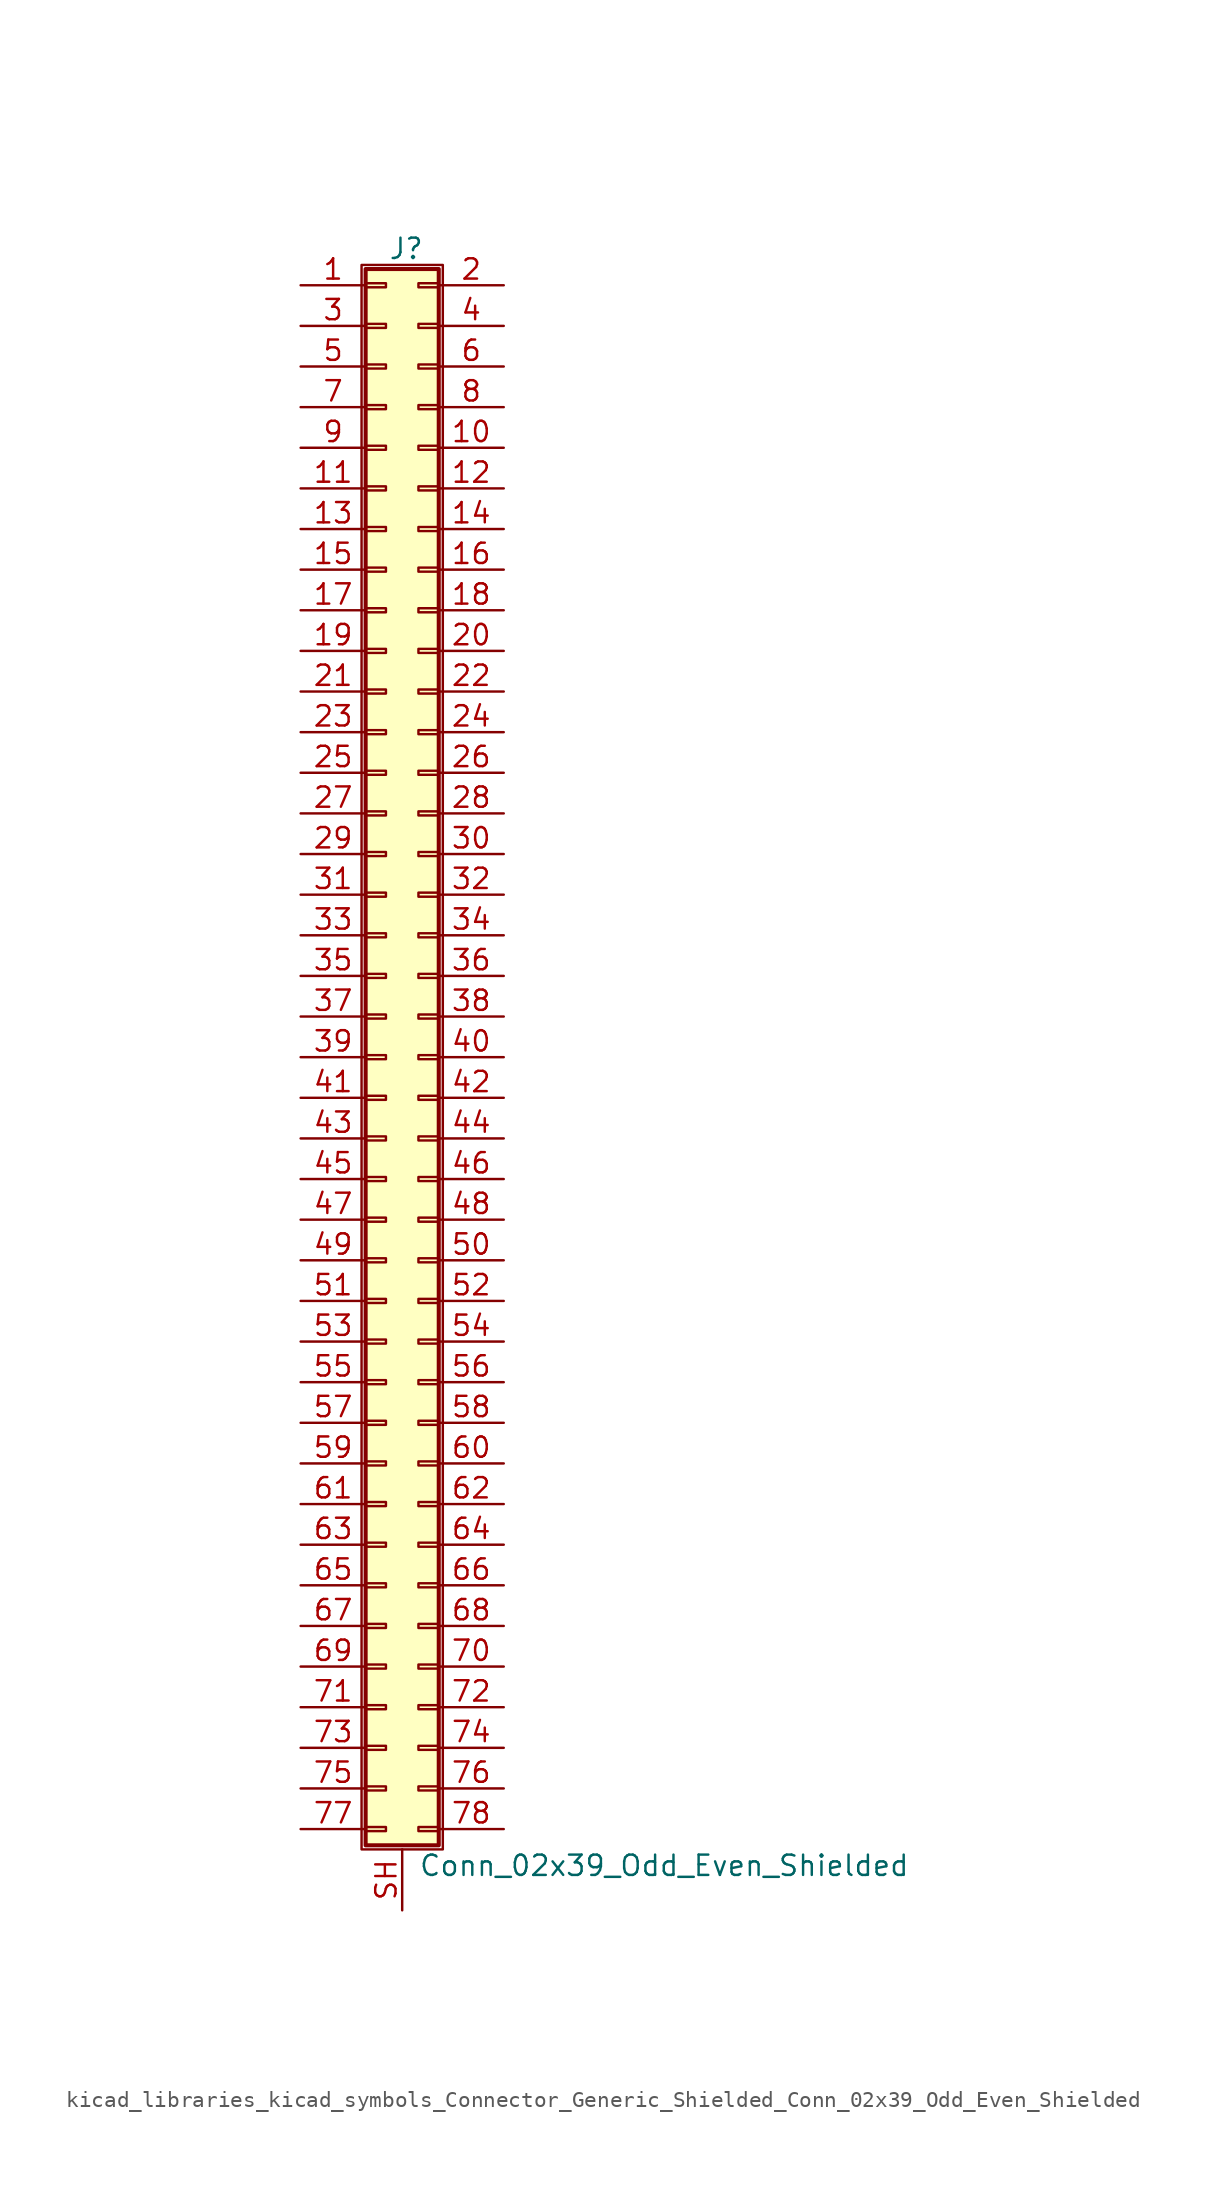
<source format=kicad_sym>
(kicad_symbol_lib
  (version 20220914)
  (generator kicad_symbol_editor)
  (symbol "kicad_libraries_kicad_symbols_Connector_Generic_Shielded_Conn_02x39_Odd_Even_Shielded"
    (pin_names
      (offset 1.016) hide)
    (property "Reference" "J"
      (at 1.524 50.546 0)
      (effects (font (size 1.27 1.27))))
    (property "Value" "Conn_02x39_Odd_Even_Shielded"
      (at 2.286 -50.546 0)
      (effects (font (size 1.27 1.27)) (justify left)))
    (symbol "kicad_libraries_kicad_symbols_Connector_Generic_Shielded_Conn_02x39_Odd_Even_Shielded_1_1"
      (rectangle (start -1.27 49.53) (end 3.81 -49.53) (stroke (width 0.152) (type default)) (fill (type none)))
      (rectangle (start -1.016 -48.133) (end 0.254 -48.387) (stroke (width 0.152) (type default)) (fill (type none)))
      (rectangle (start -1.016 -45.593) (end 0.254 -45.847) (stroke (width 0.152) (type default)) (fill (type none)))
      (rectangle (start -1.016 -43.053) (end 0.254 -43.307) (stroke (width 0.152) (type default)) (fill (type none)))
      (rectangle (start -1.016 -40.513) (end 0.254 -40.767) (stroke (width 0.152) (type default)) (fill (type none)))
      (rectangle (start -1.016 -37.973) (end 0.254 -38.227) (stroke (width 0.152) (type default)) (fill (type none)))
      (rectangle (start -1.016 -35.433) (end 0.254 -35.687) (stroke (width 0.152) (type default)) (fill (type none)))
      (rectangle (start -1.016 -32.893) (end 0.254 -33.147) (stroke (width 0.152) (type default)) (fill (type none)))
      (rectangle (start -1.016 -30.353) (end 0.254 -30.607) (stroke (width 0.152) (type default)) (fill (type none)))
      (rectangle (start -1.016 -27.813) (end 0.254 -28.067) (stroke (width 0.152) (type default)) (fill (type none)))
      (rectangle (start -1.016 -25.273) (end 0.254 -25.527) (stroke (width 0.152) (type default)) (fill (type none)))
      (rectangle (start -1.016 -22.733) (end 0.254 -22.987) (stroke (width 0.152) (type default)) (fill (type none)))
      (rectangle (start -1.016 -20.193) (end 0.254 -20.447) (stroke (width 0.152) (type default)) (fill (type none)))
      (rectangle (start -1.016 -17.653) (end 0.254 -17.907) (stroke (width 0.152) (type default)) (fill (type none)))
      (rectangle (start -1.016 -15.113) (end 0.254 -15.367) (stroke (width 0.152) (type default)) (fill (type none)))
      (rectangle (start -1.016 -12.573) (end 0.254 -12.827) (stroke (width 0.152) (type default)) (fill (type none)))
      (rectangle (start -1.016 -10.033) (end 0.254 -10.287) (stroke (width 0.152) (type default)) (fill (type none)))
      (rectangle (start -1.016 -7.493) (end 0.254 -7.747) (stroke (width 0.152) (type default)) (fill (type none)))
      (rectangle (start -1.016 -4.953) (end 0.254 -5.207) (stroke (width 0.152) (type default)) (fill (type none)))
      (rectangle (start -1.016 -2.413) (end 0.254 -2.667) (stroke (width 0.152) (type default)) (fill (type none)))
      (rectangle (start -1.016 0.127) (end 0.254 -0.127) (stroke (width 0.152) (type default)) (fill (type none)))
      (rectangle (start -1.016 2.667) (end 0.254 2.413) (stroke (width 0.152) (type default)) (fill (type none)))
      (rectangle (start -1.016 5.207) (end 0.254 4.953) (stroke (width 0.152) (type default)) (fill (type none)))
      (rectangle (start -1.016 7.747) (end 0.254 7.493) (stroke (width 0.152) (type default)) (fill (type none)))
      (rectangle (start -1.016 10.287) (end 0.254 10.033) (stroke (width 0.152) (type default)) (fill (type none)))
      (rectangle (start -1.016 12.827) (end 0.254 12.573) (stroke (width 0.152) (type default)) (fill (type none)))
      (rectangle (start -1.016 15.367) (end 0.254 15.113) (stroke (width 0.152) (type default)) (fill (type none)))
      (rectangle (start -1.016 17.907) (end 0.254 17.653) (stroke (width 0.152) (type default)) (fill (type none)))
      (rectangle (start -1.016 20.447) (end 0.254 20.193) (stroke (width 0.152) (type default)) (fill (type none)))
      (rectangle (start -1.016 22.987) (end 0.254 22.733) (stroke (width 0.152) (type default)) (fill (type none)))
      (rectangle (start -1.016 25.527) (end 0.254 25.273) (stroke (width 0.152) (type default)) (fill (type none)))
      (rectangle (start -1.016 28.067) (end 0.254 27.813) (stroke (width 0.152) (type default)) (fill (type none)))
      (rectangle (start -1.016 30.607) (end 0.254 30.353) (stroke (width 0.152) (type default)) (fill (type none)))
      (rectangle (start -1.016 33.147) (end 0.254 32.893) (stroke (width 0.152) (type default)) (fill (type none)))
      (rectangle (start -1.016 35.687) (end 0.254 35.433) (stroke (width 0.152) (type default)) (fill (type none)))
      (rectangle (start -1.016 38.227) (end 0.254 37.973) (stroke (width 0.152) (type default)) (fill (type none)))
      (rectangle (start -1.016 40.767) (end 0.254 40.513) (stroke (width 0.152) (type default)) (fill (type none)))
      (rectangle (start -1.016 43.307) (end 0.254 43.053) (stroke (width 0.152) (type default)) (fill (type none)))
      (rectangle (start -1.016 45.847) (end 0.254 45.593) (stroke (width 0.152) (type default)) (fill (type none)))
      (rectangle (start -1.016 48.387) (end 0.254 48.133) (stroke (width 0.152) (type default)) (fill (type none)))
      (rectangle (start -1.016 49.276) (end 3.556 -49.276) (stroke (width 0.254) (type default)) (fill (type background)))
      (rectangle (start 3.556 -48.133) (end 2.286 -48.387) (stroke (width 0.152) (type default)) (fill (type none)))
      (rectangle (start 3.556 -45.593) (end 2.286 -45.847) (stroke (width 0.152) (type default)) (fill (type none)))
      (rectangle (start 3.556 -43.053) (end 2.286 -43.307) (stroke (width 0.152) (type default)) (fill (type none)))
      (rectangle (start 3.556 -40.513) (end 2.286 -40.767) (stroke (width 0.152) (type default)) (fill (type none)))
      (rectangle (start 3.556 -37.973) (end 2.286 -38.227) (stroke (width 0.152) (type default)) (fill (type none)))
      (rectangle (start 3.556 -35.433) (end 2.286 -35.687) (stroke (width 0.152) (type default)) (fill (type none)))
      (rectangle (start 3.556 -32.893) (end 2.286 -33.147) (stroke (width 0.152) (type default)) (fill (type none)))
      (rectangle (start 3.556 -30.353) (end 2.286 -30.607) (stroke (width 0.152) (type default)) (fill (type none)))
      (rectangle (start 3.556 -27.813) (end 2.286 -28.067) (stroke (width 0.152) (type default)) (fill (type none)))
      (rectangle (start 3.556 -25.273) (end 2.286 -25.527) (stroke (width 0.152) (type default)) (fill (type none)))
      (rectangle (start 3.556 -22.733) (end 2.286 -22.987) (stroke (width 0.152) (type default)) (fill (type none)))
      (rectangle (start 3.556 -20.193) (end 2.286 -20.447) (stroke (width 0.152) (type default)) (fill (type none)))
      (rectangle (start 3.556 -17.653) (end 2.286 -17.907) (stroke (width 0.152) (type default)) (fill (type none)))
      (rectangle (start 3.556 -15.113) (end 2.286 -15.367) (stroke (width 0.152) (type default)) (fill (type none)))
      (rectangle (start 3.556 -12.573) (end 2.286 -12.827) (stroke (width 0.152) (type default)) (fill (type none)))
      (rectangle (start 3.556 -10.033) (end 2.286 -10.287) (stroke (width 0.152) (type default)) (fill (type none)))
      (rectangle (start 3.556 -7.493) (end 2.286 -7.747) (stroke (width 0.152) (type default)) (fill (type none)))
      (rectangle (start 3.556 -4.953) (end 2.286 -5.207) (stroke (width 0.152) (type default)) (fill (type none)))
      (rectangle (start 3.556 -2.413) (end 2.286 -2.667) (stroke (width 0.152) (type default)) (fill (type none)))
      (rectangle (start 3.556 0.127) (end 2.286 -0.127) (stroke (width 0.152) (type default)) (fill (type none)))
      (rectangle (start 3.556 2.667) (end 2.286 2.413) (stroke (width 0.152) (type default)) (fill (type none)))
      (rectangle (start 3.556 5.207) (end 2.286 4.953) (stroke (width 0.152) (type default)) (fill (type none)))
      (rectangle (start 3.556 7.747) (end 2.286 7.493) (stroke (width 0.152) (type default)) (fill (type none)))
      (rectangle (start 3.556 10.287) (end 2.286 10.033) (stroke (width 0.152) (type default)) (fill (type none)))
      (rectangle (start 3.556 12.827) (end 2.286 12.573) (stroke (width 0.152) (type default)) (fill (type none)))
      (rectangle (start 3.556 15.367) (end 2.286 15.113) (stroke (width 0.152) (type default)) (fill (type none)))
      (rectangle (start 3.556 17.907) (end 2.286 17.653) (stroke (width 0.152) (type default)) (fill (type none)))
      (rectangle (start 3.556 20.447) (end 2.286 20.193) (stroke (width 0.152) (type default)) (fill (type none)))
      (rectangle (start 3.556 22.987) (end 2.286 22.733) (stroke (width 0.152) (type default)) (fill (type none)))
      (rectangle (start 3.556 25.527) (end 2.286 25.273) (stroke (width 0.152) (type default)) (fill (type none)))
      (rectangle (start 3.556 28.067) (end 2.286 27.813) (stroke (width 0.152) (type default)) (fill (type none)))
      (rectangle (start 3.556 30.607) (end 2.286 30.353) (stroke (width 0.152) (type default)) (fill (type none)))
      (rectangle (start 3.556 33.147) (end 2.286 32.893) (stroke (width 0.152) (type default)) (fill (type none)))
      (rectangle (start 3.556 35.687) (end 2.286 35.433) (stroke (width 0.152) (type default)) (fill (type none)))
      (rectangle (start 3.556 38.227) (end 2.286 37.973) (stroke (width 0.152) (type default)) (fill (type none)))
      (rectangle (start 3.556 40.767) (end 2.286 40.513) (stroke (width 0.152) (type default)) (fill (type none)))
      (rectangle (start 3.556 43.307) (end 2.286 43.053) (stroke (width 0.152) (type default)) (fill (type none)))
      (rectangle (start 3.556 45.847) (end 2.286 45.593) (stroke (width 0.152) (type default)) (fill (type none)))
      (rectangle (start 3.556 48.387) (end 2.286 48.133) (stroke (width 0.152) (type default)) (fill (type none)))
      (pin passive line (at -5.08 48.26 0) (length 4.064) (name "Pin_1" (effects (font (size 1.27 1.27)))) (number "1" (effects (font (size 1.27 1.27)))))
      (pin passive line (at 7.62 38.1 180) (length 4.064) (name "Pin_10" (effects (font (size 1.27 1.27)))) (number "10" (effects (font (size 1.27 1.27)))))
      (pin passive line (at -5.08 35.56 0) (length 4.064) (name "Pin_11" (effects (font (size 1.27 1.27)))) (number "11" (effects (font (size 1.27 1.27)))))
      (pin passive line (at 7.62 35.56 180) (length 4.064) (name "Pin_12" (effects (font (size 1.27 1.27)))) (number "12" (effects (font (size 1.27 1.27)))))
      (pin passive line (at -5.08 33.02 0) (length 4.064) (name "Pin_13" (effects (font (size 1.27 1.27)))) (number "13" (effects (font (size 1.27 1.27)))))
      (pin passive line (at 7.62 33.02 180) (length 4.064) (name "Pin_14" (effects (font (size 1.27 1.27)))) (number "14" (effects (font (size 1.27 1.27)))))
      (pin passive line (at -5.08 30.48 0) (length 4.064) (name "Pin_15" (effects (font (size 1.27 1.27)))) (number "15" (effects (font (size 1.27 1.27)))))
      (pin passive line (at 7.62 30.48 180) (length 4.064) (name "Pin_16" (effects (font (size 1.27 1.27)))) (number "16" (effects (font (size 1.27 1.27)))))
      (pin passive line (at -5.08 27.94 0) (length 4.064) (name "Pin_17" (effects (font (size 1.27 1.27)))) (number "17" (effects (font (size 1.27 1.27)))))
      (pin passive line (at 7.62 27.94 180) (length 4.064) (name "Pin_18" (effects (font (size 1.27 1.27)))) (number "18" (effects (font (size 1.27 1.27)))))
      (pin passive line (at -5.08 25.4 0) (length 4.064) (name "Pin_19" (effects (font (size 1.27 1.27)))) (number "19" (effects (font (size 1.27 1.27)))))
      (pin passive line (at 7.62 48.26 180) (length 4.064) (name "Pin_2" (effects (font (size 1.27 1.27)))) (number "2" (effects (font (size 1.27 1.27)))))
      (pin passive line (at 7.62 25.4 180) (length 4.064) (name "Pin_20" (effects (font (size 1.27 1.27)))) (number "20" (effects (font (size 1.27 1.27)))))
      (pin passive line (at -5.08 22.86 0) (length 4.064) (name "Pin_21" (effects (font (size 1.27 1.27)))) (number "21" (effects (font (size 1.27 1.27)))))
      (pin passive line (at 7.62 22.86 180) (length 4.064) (name "Pin_22" (effects (font (size 1.27 1.27)))) (number "22" (effects (font (size 1.27 1.27)))))
      (pin passive line (at -5.08 20.32 0) (length 4.064) (name "Pin_23" (effects (font (size 1.27 1.27)))) (number "23" (effects (font (size 1.27 1.27)))))
      (pin passive line (at 7.62 20.32 180) (length 4.064) (name "Pin_24" (effects (font (size 1.27 1.27)))) (number "24" (effects (font (size 1.27 1.27)))))
      (pin passive line (at -5.08 17.78 0) (length 4.064) (name "Pin_25" (effects (font (size 1.27 1.27)))) (number "25" (effects (font (size 1.27 1.27)))))
      (pin passive line (at 7.62 17.78 180) (length 4.064) (name "Pin_26" (effects (font (size 1.27 1.27)))) (number "26" (effects (font (size 1.27 1.27)))))
      (pin passive line (at -5.08 15.24 0) (length 4.064) (name "Pin_27" (effects (font (size 1.27 1.27)))) (number "27" (effects (font (size 1.27 1.27)))))
      (pin passive line (at 7.62 15.24 180) (length 4.064) (name "Pin_28" (effects (font (size 1.27 1.27)))) (number "28" (effects (font (size 1.27 1.27)))))
      (pin passive line (at -5.08 12.7 0) (length 4.064) (name "Pin_29" (effects (font (size 1.27 1.27)))) (number "29" (effects (font (size 1.27 1.27)))))
      (pin passive line (at -5.08 45.72 0) (length 4.064) (name "Pin_3" (effects (font (size 1.27 1.27)))) (number "3" (effects (font (size 1.27 1.27)))))
      (pin passive line (at 7.62 12.7 180) (length 4.064) (name "Pin_30" (effects (font (size 1.27 1.27)))) (number "30" (effects (font (size 1.27 1.27)))))
      (pin passive line (at -5.08 10.16 0) (length 4.064) (name "Pin_31" (effects (font (size 1.27 1.27)))) (number "31" (effects (font (size 1.27 1.27)))))
      (pin passive line (at 7.62 10.16 180) (length 4.064) (name "Pin_32" (effects (font (size 1.27 1.27)))) (number "32" (effects (font (size 1.27 1.27)))))
      (pin passive line (at -5.08 7.62 0) (length 4.064) (name "Pin_33" (effects (font (size 1.27 1.27)))) (number "33" (effects (font (size 1.27 1.27)))))
      (pin passive line (at 7.62 7.62 180) (length 4.064) (name "Pin_34" (effects (font (size 1.27 1.27)))) (number "34" (effects (font (size 1.27 1.27)))))
      (pin passive line (at -5.08 5.08 0) (length 4.064) (name "Pin_35" (effects (font (size 1.27 1.27)))) (number "35" (effects (font (size 1.27 1.27)))))
      (pin passive line (at 7.62 5.08 180) (length 4.064) (name "Pin_36" (effects (font (size 1.27 1.27)))) (number "36" (effects (font (size 1.27 1.27)))))
      (pin passive line (at -5.08 2.54 0) (length 4.064) (name "Pin_37" (effects (font (size 1.27 1.27)))) (number "37" (effects (font (size 1.27 1.27)))))
      (pin passive line (at 7.62 2.54 180) (length 4.064) (name "Pin_38" (effects (font (size 1.27 1.27)))) (number "38" (effects (font (size 1.27 1.27)))))
      (pin passive line (at -5.08 0 0) (length 4.064) (name "Pin_39" (effects (font (size 1.27 1.27)))) (number "39" (effects (font (size 1.27 1.27)))))
      (pin passive line (at 7.62 45.72 180) (length 4.064) (name "Pin_4" (effects (font (size 1.27 1.27)))) (number "4" (effects (font (size 1.27 1.27)))))
      (pin passive line (at 7.62 0 180) (length 4.064) (name "Pin_40" (effects (font (size 1.27 1.27)))) (number "40" (effects (font (size 1.27 1.27)))))
      (pin passive line (at -5.08 -2.54 0) (length 4.064) (name "Pin_41" (effects (font (size 1.27 1.27)))) (number "41" (effects (font (size 1.27 1.27)))))
      (pin passive line (at 7.62 -2.54 180) (length 4.064) (name "Pin_42" (effects (font (size 1.27 1.27)))) (number "42" (effects (font (size 1.27 1.27)))))
      (pin passive line (at -5.08 -5.08 0) (length 4.064) (name "Pin_43" (effects (font (size 1.27 1.27)))) (number "43" (effects (font (size 1.27 1.27)))))
      (pin passive line (at 7.62 -5.08 180) (length 4.064) (name "Pin_44" (effects (font (size 1.27 1.27)))) (number "44" (effects (font (size 1.27 1.27)))))
      (pin passive line (at -5.08 -7.62 0) (length 4.064) (name "Pin_45" (effects (font (size 1.27 1.27)))) (number "45" (effects (font (size 1.27 1.27)))))
      (pin passive line (at 7.62 -7.62 180) (length 4.064) (name "Pin_46" (effects (font (size 1.27 1.27)))) (number "46" (effects (font (size 1.27 1.27)))))
      (pin passive line (at -5.08 -10.16 0) (length 4.064) (name "Pin_47" (effects (font (size 1.27 1.27)))) (number "47" (effects (font (size 1.27 1.27)))))
      (pin passive line (at 7.62 -10.16 180) (length 4.064) (name "Pin_48" (effects (font (size 1.27 1.27)))) (number "48" (effects (font (size 1.27 1.27)))))
      (pin passive line (at -5.08 -12.7 0) (length 4.064) (name "Pin_49" (effects (font (size 1.27 1.27)))) (number "49" (effects (font (size 1.27 1.27)))))
      (pin passive line (at -5.08 43.18 0) (length 4.064) (name "Pin_5" (effects (font (size 1.27 1.27)))) (number "5" (effects (font (size 1.27 1.27)))))
      (pin passive line (at 7.62 -12.7 180) (length 4.064) (name "Pin_50" (effects (font (size 1.27 1.27)))) (number "50" (effects (font (size 1.27 1.27)))))
      (pin passive line (at -5.08 -15.24 0) (length 4.064) (name "Pin_51" (effects (font (size 1.27 1.27)))) (number "51" (effects (font (size 1.27 1.27)))))
      (pin passive line (at 7.62 -15.24 180) (length 4.064) (name "Pin_52" (effects (font (size 1.27 1.27)))) (number "52" (effects (font (size 1.27 1.27)))))
      (pin passive line (at -5.08 -17.78 0) (length 4.064) (name "Pin_53" (effects (font (size 1.27 1.27)))) (number "53" (effects (font (size 1.27 1.27)))))
      (pin passive line (at 7.62 -17.78 180) (length 4.064) (name "Pin_54" (effects (font (size 1.27 1.27)))) (number "54" (effects (font (size 1.27 1.27)))))
      (pin passive line (at -5.08 -20.32 0) (length 4.064) (name "Pin_55" (effects (font (size 1.27 1.27)))) (number "55" (effects (font (size 1.27 1.27)))))
      (pin passive line (at 7.62 -20.32 180) (length 4.064) (name "Pin_56" (effects (font (size 1.27 1.27)))) (number "56" (effects (font (size 1.27 1.27)))))
      (pin passive line (at -5.08 -22.86 0) (length 4.064) (name "Pin_57" (effects (font (size 1.27 1.27)))) (number "57" (effects (font (size 1.27 1.27)))))
      (pin passive line (at 7.62 -22.86 180) (length 4.064) (name "Pin_58" (effects (font (size 1.27 1.27)))) (number "58" (effects (font (size 1.27 1.27)))))
      (pin passive line (at -5.08 -25.4 0) (length 4.064) (name "Pin_59" (effects (font (size 1.27 1.27)))) (number "59" (effects (font (size 1.27 1.27)))))
      (pin passive line (at 7.62 43.18 180) (length 4.064) (name "Pin_6" (effects (font (size 1.27 1.27)))) (number "6" (effects (font (size 1.27 1.27)))))
      (pin passive line (at 7.62 -25.4 180) (length 4.064) (name "Pin_60" (effects (font (size 1.27 1.27)))) (number "60" (effects (font (size 1.27 1.27)))))
      (pin passive line (at -5.08 -27.94 0) (length 4.064) (name "Pin_61" (effects (font (size 1.27 1.27)))) (number "61" (effects (font (size 1.27 1.27)))))
      (pin passive line (at 7.62 -27.94 180) (length 4.064) (name "Pin_62" (effects (font (size 1.27 1.27)))) (number "62" (effects (font (size 1.27 1.27)))))
      (pin passive line (at -5.08 -30.48 0) (length 4.064) (name "Pin_63" (effects (font (size 1.27 1.27)))) (number "63" (effects (font (size 1.27 1.27)))))
      (pin passive line (at 7.62 -30.48 180) (length 4.064) (name "Pin_64" (effects (font (size 1.27 1.27)))) (number "64" (effects (font (size 1.27 1.27)))))
      (pin passive line (at -5.08 -33.02 0) (length 4.064) (name "Pin_65" (effects (font (size 1.27 1.27)))) (number "65" (effects (font (size 1.27 1.27)))))
      (pin passive line (at 7.62 -33.02 180) (length 4.064) (name "Pin_66" (effects (font (size 1.27 1.27)))) (number "66" (effects (font (size 1.27 1.27)))))
      (pin passive line (at -5.08 -35.56 0) (length 4.064) (name "Pin_67" (effects (font (size 1.27 1.27)))) (number "67" (effects (font (size 1.27 1.27)))))
      (pin passive line (at 7.62 -35.56 180) (length 4.064) (name "Pin_68" (effects (font (size 1.27 1.27)))) (number "68" (effects (font (size 1.27 1.27)))))
      (pin passive line (at -5.08 -38.1 0) (length 4.064) (name "Pin_69" (effects (font (size 1.27 1.27)))) (number "69" (effects (font (size 1.27 1.27)))))
      (pin passive line (at -5.08 40.64 0) (length 4.064) (name "Pin_7" (effects (font (size 1.27 1.27)))) (number "7" (effects (font (size 1.27 1.27)))))
      (pin passive line (at 7.62 -38.1 180) (length 4.064) (name "Pin_70" (effects (font (size 1.27 1.27)))) (number "70" (effects (font (size 1.27 1.27)))))
      (pin passive line (at -5.08 -40.64 0) (length 4.064) (name "Pin_71" (effects (font (size 1.27 1.27)))) (number "71" (effects (font (size 1.27 1.27)))))
      (pin passive line (at 7.62 -40.64 180) (length 4.064) (name "Pin_72" (effects (font (size 1.27 1.27)))) (number "72" (effects (font (size 1.27 1.27)))))
      (pin passive line (at -5.08 -43.18 0) (length 4.064) (name "Pin_73" (effects (font (size 1.27 1.27)))) (number "73" (effects (font (size 1.27 1.27)))))
      (pin passive line (at 7.62 -43.18 180) (length 4.064) (name "Pin_74" (effects (font (size 1.27 1.27)))) (number "74" (effects (font (size 1.27 1.27)))))
      (pin passive line (at -5.08 -45.72 0) (length 4.064) (name "Pin_75" (effects (font (size 1.27 1.27)))) (number "75" (effects (font (size 1.27 1.27)))))
      (pin passive line (at 7.62 -45.72 180) (length 4.064) (name "Pin_76" (effects (font (size 1.27 1.27)))) (number "76" (effects (font (size 1.27 1.27)))))
      (pin passive line (at -5.08 -48.26 0) (length 4.064) (name "Pin_77" (effects (font (size 1.27 1.27)))) (number "77" (effects (font (size 1.27 1.27)))))
      (pin passive line (at 7.62 -48.26 180) (length 4.064) (name "Pin_78" (effects (font (size 1.27 1.27)))) (number "78" (effects (font (size 1.27 1.27)))))
      (pin passive line (at 7.62 40.64 180) (length 4.064) (name "Pin_8" (effects (font (size 1.27 1.27)))) (number "8" (effects (font (size 1.27 1.27)))))
      (pin passive line (at -5.08 38.1 0) (length 4.064) (name "Pin_9" (effects (font (size 1.27 1.27)))) (number "9" (effects (font (size 1.27 1.27)))))
      (pin passive line (at 1.27 -53.34 90) (length 3.81) (name "Shield" (effects (font (size 1.27 1.27)))) (number "SH" (effects (font (size 1.27 1.27))))))))
</source>
